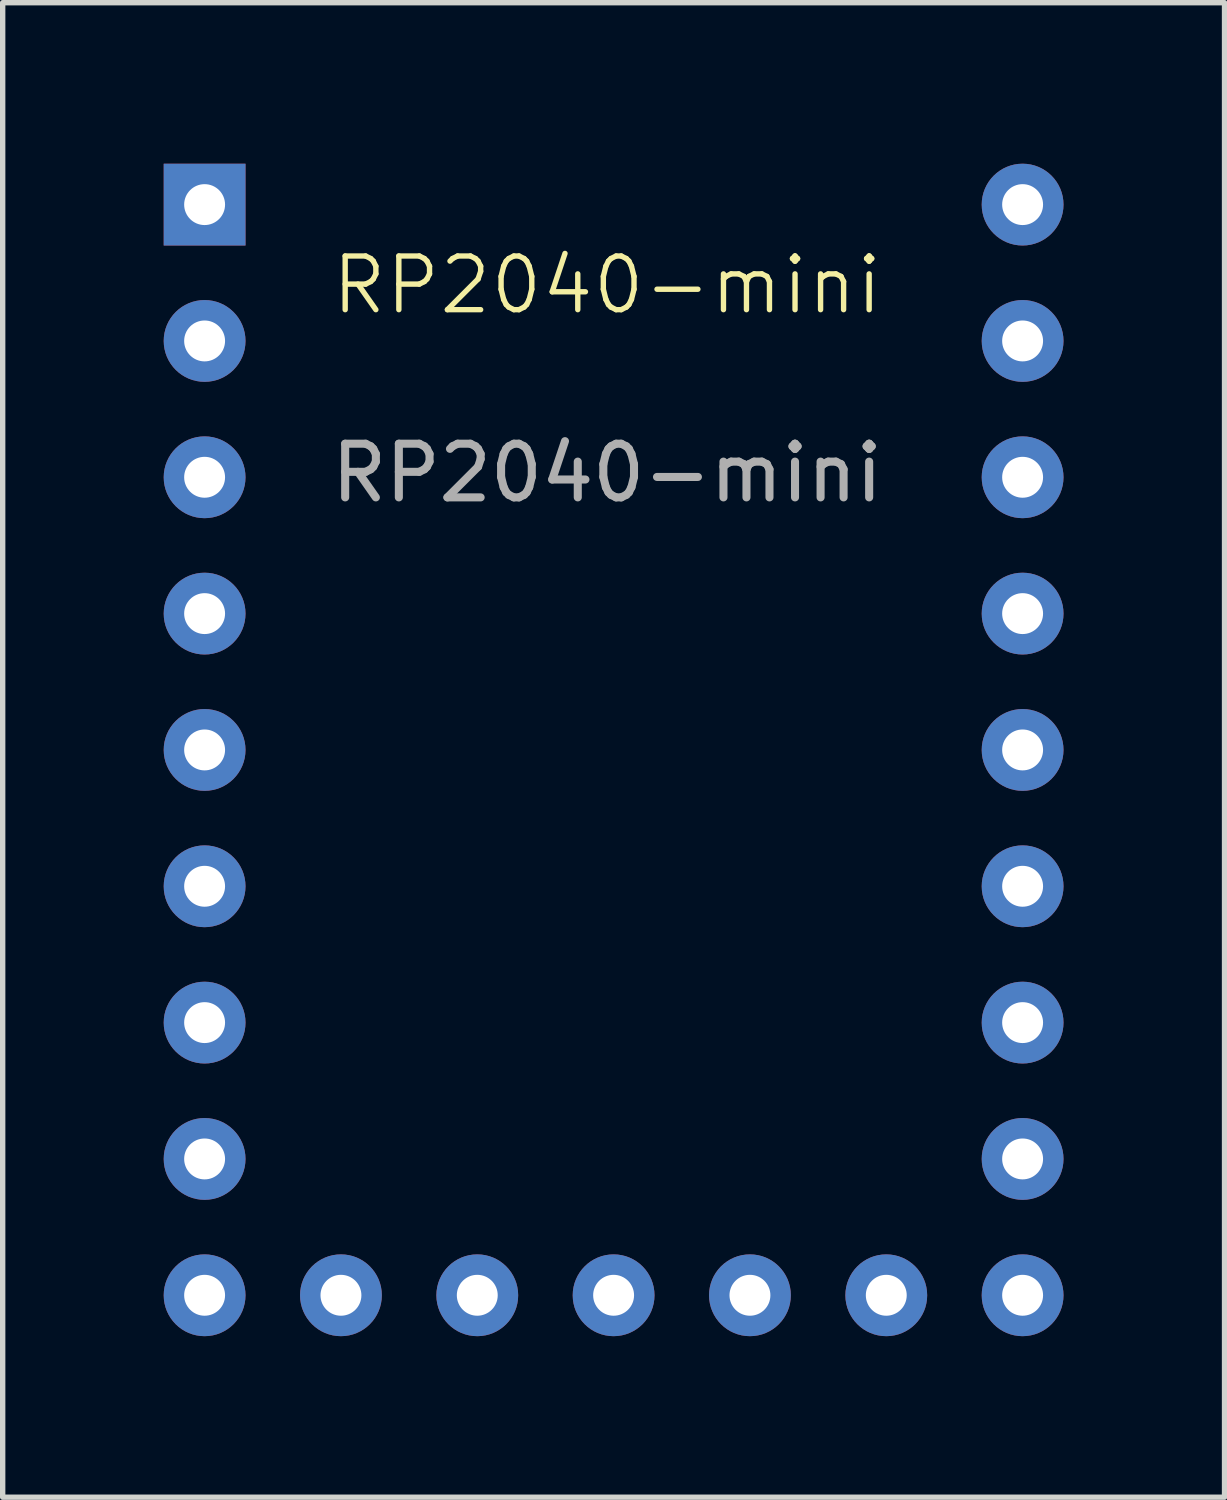
<source format=kicad_pcb>
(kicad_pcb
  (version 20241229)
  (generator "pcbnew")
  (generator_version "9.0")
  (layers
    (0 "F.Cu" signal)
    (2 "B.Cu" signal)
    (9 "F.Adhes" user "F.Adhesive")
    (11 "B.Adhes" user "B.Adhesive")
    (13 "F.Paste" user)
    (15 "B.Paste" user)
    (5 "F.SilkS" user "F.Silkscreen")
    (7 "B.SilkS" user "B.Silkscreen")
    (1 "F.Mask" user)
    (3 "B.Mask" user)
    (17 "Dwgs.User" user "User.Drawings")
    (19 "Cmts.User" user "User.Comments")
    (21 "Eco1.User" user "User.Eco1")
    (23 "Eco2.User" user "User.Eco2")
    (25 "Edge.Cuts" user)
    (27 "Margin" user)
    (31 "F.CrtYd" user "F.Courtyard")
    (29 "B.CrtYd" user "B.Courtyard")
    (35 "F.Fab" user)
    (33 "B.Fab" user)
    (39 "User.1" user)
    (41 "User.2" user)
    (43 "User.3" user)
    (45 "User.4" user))
  (footprint "RP2040-mini"
    (layer "F.Cu")
    (at 0.762 0.762)
    (property "Reference" "RP2040-mini" (at 7.5 1.5 0) (unlocked yes) (layer "F.SilkS") (effects (font (size 1 1) (thickness 0.1))))
    (attr through_hole)
    (fp_text user "${REFERENCE}" (at 7.5 5 0) (unlocked yes) (layer "F.Fab") (effects (font (size 1 1) (thickness 0.15))))
    (pad "1" thru_hole rect (at 0 0) (size 1.524 1.524) (drill 0.762) (layers "*.Cu" "*.Mask"))
    (pad "2" thru_hole circle (at 0 2.54) (size 1.524 1.524) (drill 0.762) (layers "*.Cu" "*.Mask"))
    (pad "3" thru_hole circle (at 0 5.08) (size 1.524 1.524) (drill 0.762) (layers "*.Cu" "*.Mask"))
    (pad "4" thru_hole circle (at 0 7.62) (size 1.524 1.524) (drill 0.762) (layers "*.Cu" "*.Mask"))
    (pad "5" thru_hole circle (at 0 10.16) (size 1.524 1.524) (drill 0.762) (layers "*.Cu" "*.Mask"))
    (pad "6" thru_hole circle (at 0 12.7) (size 1.524 1.524) (drill 0.762) (layers "*.Cu" "*.Mask"))
    (pad "7" thru_hole circle (at 0 15.24) (size 1.524 1.524) (drill 0.762) (layers "*.Cu" "*.Mask"))
    (pad "8" thru_hole circle (at 0 17.78) (size 1.524 1.524) (drill 0.762) (layers "*.Cu" "*.Mask"))
    (pad "9" thru_hole circle (at 0 20.32) (size 1.524 1.524) (drill 0.762) (layers "*.Cu" "*.Mask"))
    (pad "10" thru_hole circle (at 2.54 20.32) (size 1.524 1.524) (drill 0.762) (layers "*.Cu" "*.Mask"))
    (pad "11" thru_hole circle (at 5.08 20.32) (size 1.524 1.524) (drill 0.762) (layers "*.Cu" "*.Mask"))
    (pad "12" thru_hole circle (at 7.62 20.32) (size 1.524 1.524) (drill 0.762) (layers "*.Cu" "*.Mask"))
    (pad "13" thru_hole circle (at 10.16 20.32) (size 1.524 1.524) (drill 0.762) (layers "*.Cu" "*.Mask"))
    (pad "14" thru_hole circle (at 12.7 20.32) (size 1.524 1.524) (drill 0.762) (layers "*.Cu" "*.Mask"))
    (pad "15" thru_hole circle (at 15.24 20.32) (size 1.524 1.524) (drill 0.762) (layers "*.Cu" "*.Mask"))
    (pad "16" thru_hole circle (at 15.24 17.78) (size 1.524 1.524) (drill 0.762) (layers "*.Cu" "*.Mask"))
    (pad "17" thru_hole circle (at 15.24 15.24) (size 1.524 1.524) (drill 0.762) (layers "*.Cu" "*.Mask"))
    (pad "18" thru_hole circle (at 15.24 12.7) (size 1.524 1.524) (drill 0.762) (layers "*.Cu" "*.Mask"))
    (pad "19" thru_hole circle (at 15.24 10.16) (size 1.524 1.524) (drill 0.762) (layers "*.Cu" "*.Mask"))
    (pad "20" thru_hole circle (at 15.24 7.62) (size 1.524 1.524) (drill 0.762) (layers "*.Cu" "*.Mask"))
    (pad "21" thru_hole circle (at 15.24 5.08) (size 1.524 1.524) (drill 0.762) (layers "*.Cu" "*.Mask"))
    (pad "22" thru_hole circle (at 15.24 2.54) (size 1.524 1.524) (drill 0.762) (layers "*.Cu" "*.Mask"))
    (pad "23" thru_hole circle (at 15.24 0) (size 1.524 1.524) (drill 0.762) (layers "*.Cu" "*.Mask")))
  (gr_rect
    (start -3 -3)
    (end 19.764 24.844)
    (stroke (width 0.1) (type default))
    (fill no)
    (layer "Edge.Cuts")))
</source>
